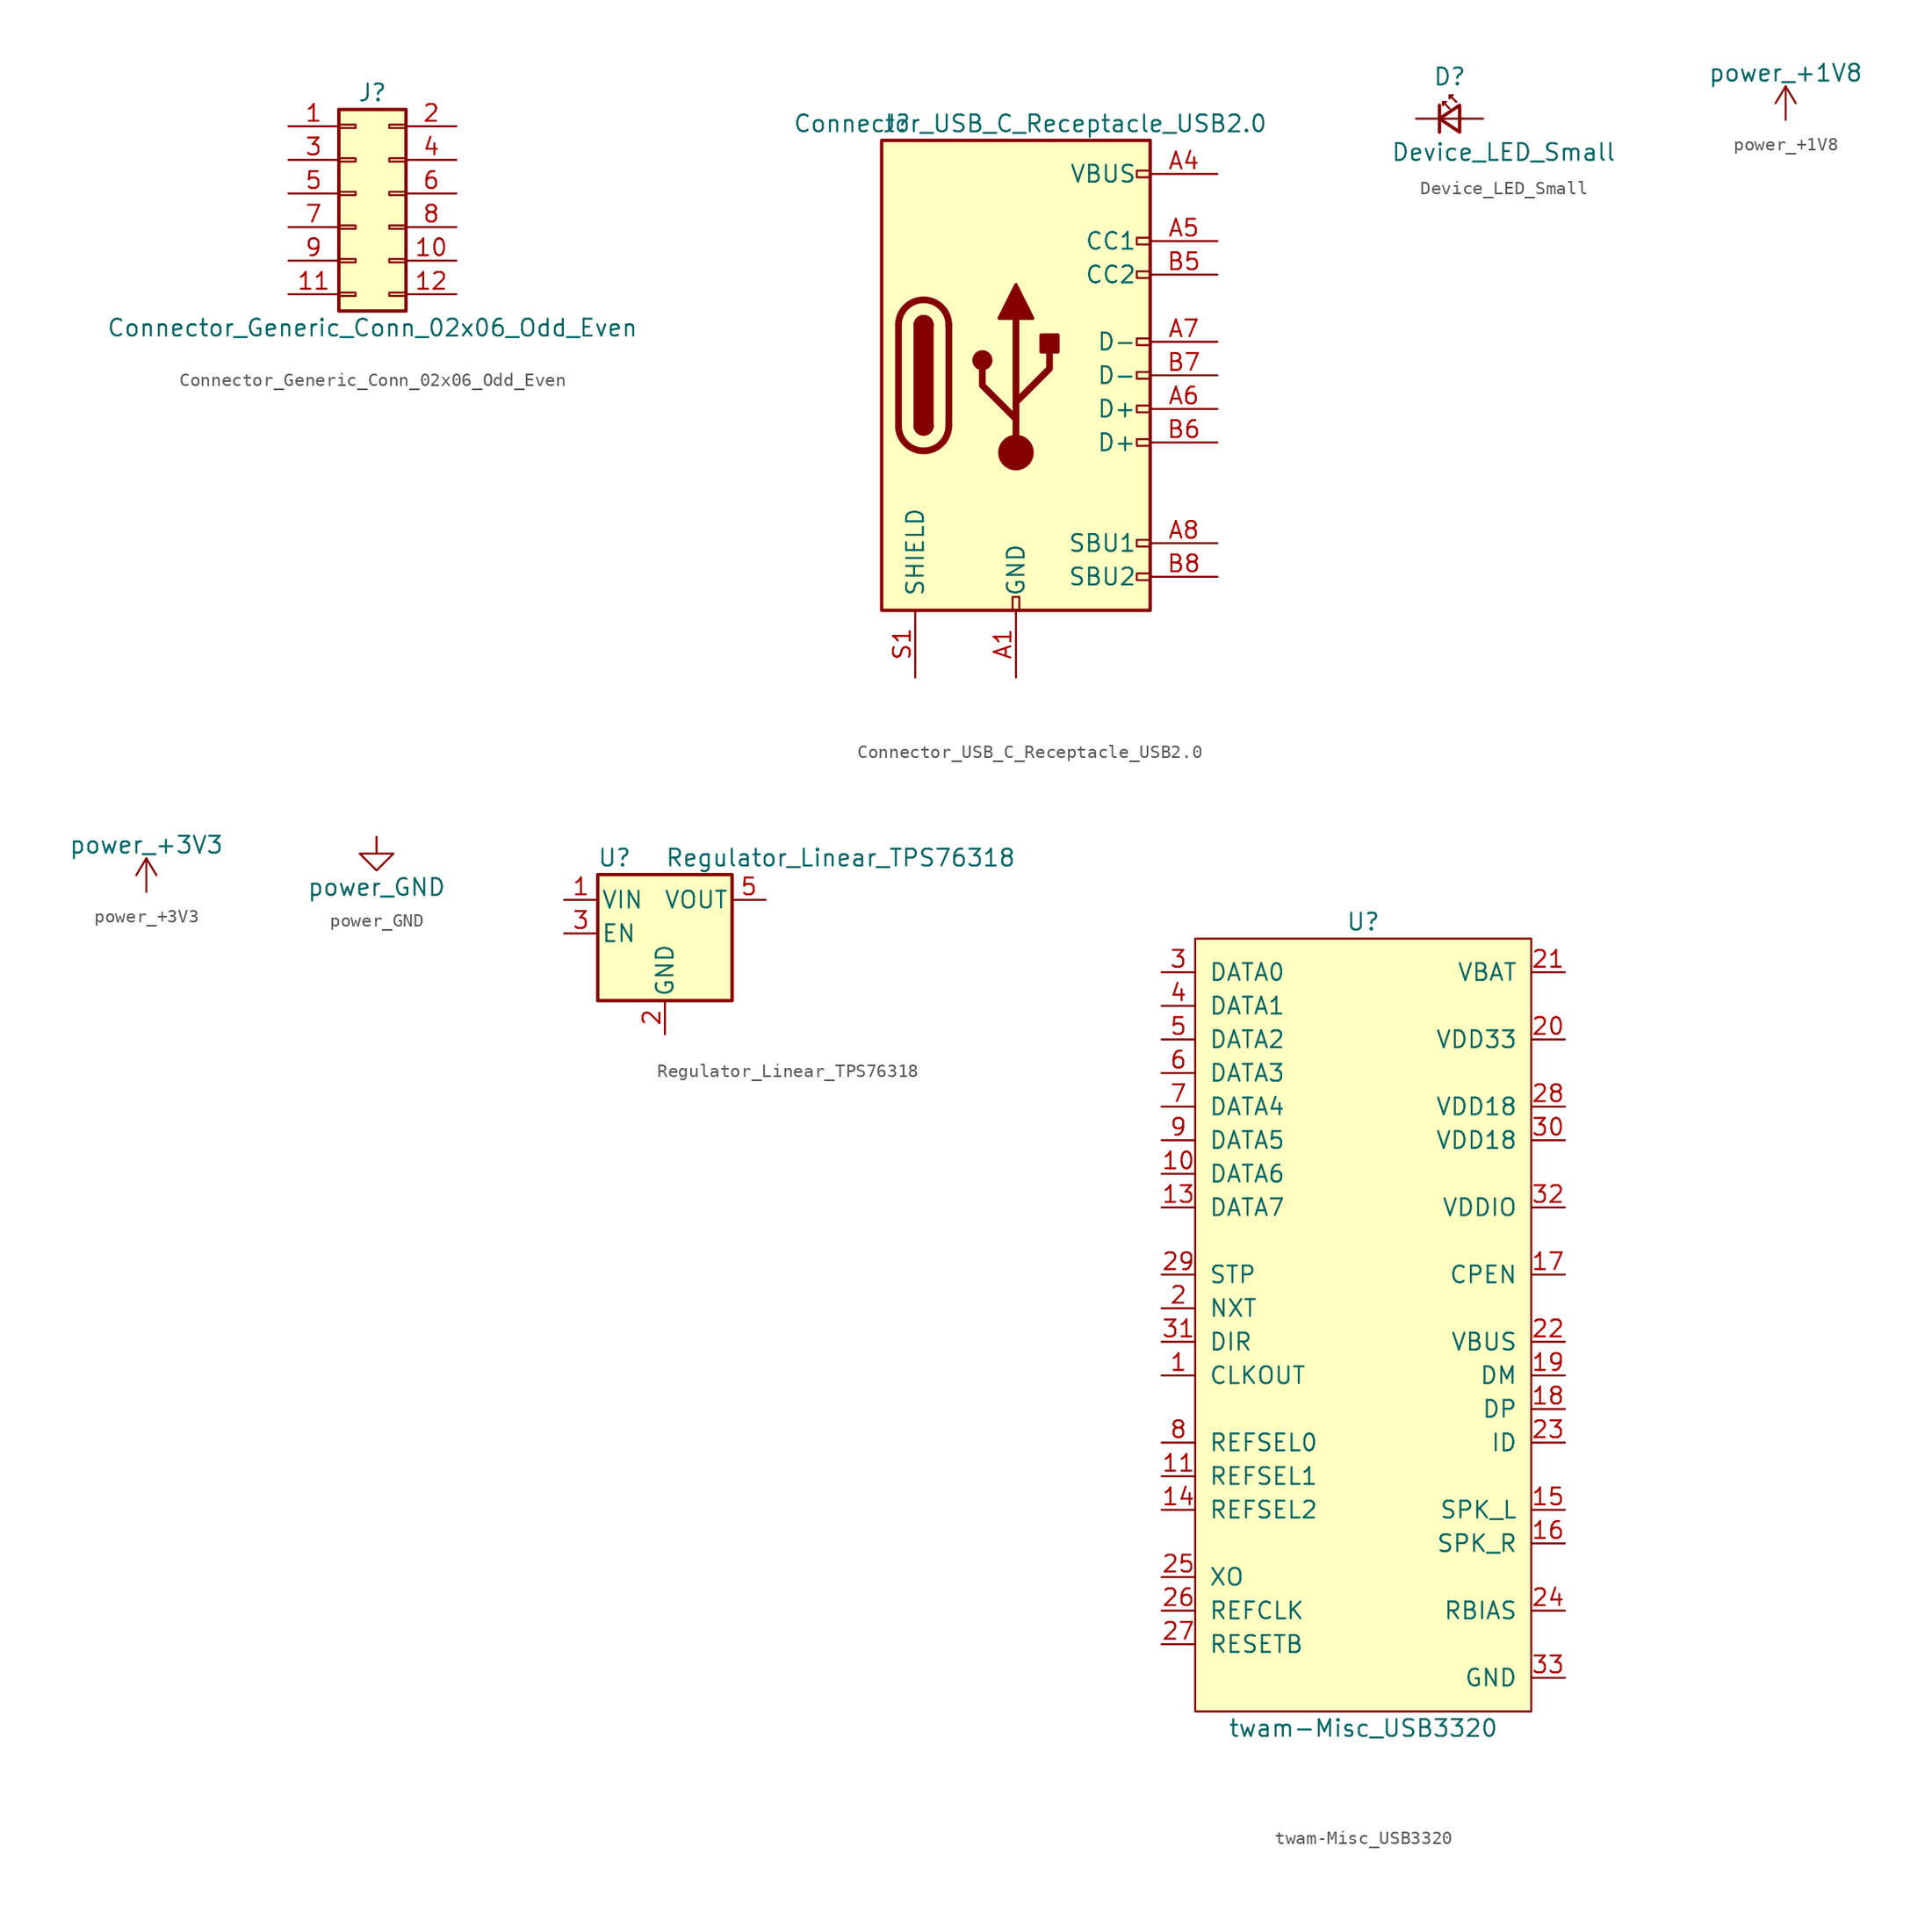
<source format=kicad_sym>
(kicad_symbol_lib
  (version 20210619)
  (generator kicad_symbol_editor)
  (symbol "usb_ulpi:Connector_Generic_Conn_02x06_Odd_Even"
    (pin_names
      (offset 1.016) hide)
    (property "Reference" "J"
      (at 1.27 7.62 0)
      (effects (font (size 1.27 1.27))))
    (property "Value" "Connector_Generic_Conn_02x06_Odd_Even"
      (at 1.27 -10.16 0)
      (effects (font (size 1.27 1.27))))
    (symbol "Connector_Generic_Conn_02x06_Odd_Even_1_1"
      (rectangle (start -1.27 -7.493) (end 0 -7.747) (stroke (width 0.152)) (fill (type none)))
      (rectangle (start -1.27 -4.953) (end 0 -5.207) (stroke (width 0.152)) (fill (type none)))
      (rectangle (start -1.27 -2.413) (end 0 -2.667) (stroke (width 0.152)) (fill (type none)))
      (rectangle (start -1.27 0.127) (end 0 -0.127) (stroke (width 0.152)) (fill (type none)))
      (rectangle (start -1.27 2.667) (end 0 2.413) (stroke (width 0.152)) (fill (type none)))
      (rectangle (start -1.27 5.207) (end 0 4.953) (stroke (width 0.152)) (fill (type none)))
      (rectangle (start 3.81 -7.493) (end 2.54 -7.747) (stroke (width 0.152)) (fill (type none)))
      (rectangle (start 3.81 -4.953) (end 2.54 -5.207) (stroke (width 0.152)) (fill (type none)))
      (rectangle (start 3.81 -2.413) (end 2.54 -2.667) (stroke (width 0.152)) (fill (type none)))
      (rectangle (start 3.81 0.127) (end 2.54 -0.127) (stroke (width 0.152)) (fill (type none)))
      (rectangle (start 3.81 2.667) (end 2.54 2.413) (stroke (width 0.152)) (fill (type none)))
      (rectangle (start 3.81 5.207) (end 2.54 4.953) (stroke (width 0.152)) (fill (type none)))
      (rectangle (start -1.27 6.35) (end 3.81 -8.89) (stroke (width 0.254)) (fill (type background)))
      (pin passive line (at -5.08 5.08 0) (length 3.81) (name "Pin_1" (effects (font (size 1.27 1.27)))) (number "1" (effects (font (size 1.27 1.27)))))
      (pin passive line (at 7.62 -5.08 180) (length 3.81) (name "Pin_10" (effects (font (size 1.27 1.27)))) (number "10" (effects (font (size 1.27 1.27)))))
      (pin passive line (at -5.08 -7.62 0) (length 3.81) (name "Pin_11" (effects (font (size 1.27 1.27)))) (number "11" (effects (font (size 1.27 1.27)))))
      (pin passive line (at 7.62 -7.62 180) (length 3.81) (name "Pin_12" (effects (font (size 1.27 1.27)))) (number "12" (effects (font (size 1.27 1.27)))))
      (pin passive line (at 7.62 5.08 180) (length 3.81) (name "Pin_2" (effects (font (size 1.27 1.27)))) (number "2" (effects (font (size 1.27 1.27)))))
      (pin passive line (at -5.08 2.54 0) (length 3.81) (name "Pin_3" (effects (font (size 1.27 1.27)))) (number "3" (effects (font (size 1.27 1.27)))))
      (pin passive line (at 7.62 2.54 180) (length 3.81) (name "Pin_4" (effects (font (size 1.27 1.27)))) (number "4" (effects (font (size 1.27 1.27)))))
      (pin passive line (at -5.08 0 0) (length 3.81) (name "Pin_5" (effects (font (size 1.27 1.27)))) (number "5" (effects (font (size 1.27 1.27)))))
      (pin passive line (at 7.62 0 180) (length 3.81) (name "Pin_6" (effects (font (size 1.27 1.27)))) (number "6" (effects (font (size 1.27 1.27)))))
      (pin passive line (at -5.08 -2.54 0) (length 3.81) (name "Pin_7" (effects (font (size 1.27 1.27)))) (number "7" (effects (font (size 1.27 1.27)))))
      (pin passive line (at 7.62 -2.54 180) (length 3.81) (name "Pin_8" (effects (font (size 1.27 1.27)))) (number "8" (effects (font (size 1.27 1.27)))))
      (pin passive line (at -5.08 -5.08 0) (length 3.81) (name "Pin_9" (effects (font (size 1.27 1.27)))) (number "9" (effects (font (size 1.27 1.27)))))))
  (symbol "usb_ulpi:Connector_USB_C_Receptacle_USB2.0"
    (pin_names
      (offset 1.016))
    (property "Reference" "J"
      (at -10.16 19.05 0)
      (effects (font (size 1.27 1.27)) (justify left)))
    (property "Value" "Connector_USB_C_Receptacle_USB2.0"
      (at 19.05 19.05 0)
      (effects (font (size 1.27 1.27)) (justify right)))
    (symbol "Connector_USB_C_Receptacle_USB2.0_0_0"
      (rectangle (start -0.254 -17.78) (end 0.254 -16.764) (stroke (width 0)) (fill (type none)))
      (rectangle (start 10.16 -14.986) (end 9.144 -15.494) (stroke (width 0)) (fill (type none)))
      (rectangle (start 10.16 -12.446) (end 9.144 -12.954) (stroke (width 0)) (fill (type none)))
      (rectangle (start 10.16 -4.826) (end 9.144 -5.334) (stroke (width 0)) (fill (type none)))
      (rectangle (start 10.16 -2.286) (end 9.144 -2.794) (stroke (width 0)) (fill (type none)))
      (rectangle (start 10.16 0.254) (end 9.144 -0.254) (stroke (width 0)) (fill (type none)))
      (rectangle (start 10.16 2.794) (end 9.144 2.286) (stroke (width 0)) (fill (type none)))
      (rectangle (start 10.16 7.874) (end 9.144 7.366) (stroke (width 0)) (fill (type none)))
      (rectangle (start 10.16 10.414) (end 9.144 9.906) (stroke (width 0)) (fill (type none)))
      (rectangle (start 10.16 15.494) (end 9.144 14.986) (stroke (width 0)) (fill (type none))))
    (symbol "Connector_USB_C_Receptacle_USB2.0_0_1"
      (arc (start -8.89 -3.81) (end -5.08 -3.81) (radius (at -6.985 -3.81) (length 1.905) (angles -179.9 -0.1)) (stroke (width 0.508)) (fill (type none)))
      (arc (start -7.62 -3.81) (end -6.35 -3.81) (radius (at -6.985 -3.81) (length 0.635) (angles -179.9 -0.1)) (stroke (width 0.254)) (fill (type none)))
      (arc (start -6.35 3.81) (end -7.62 3.81) (radius (at -6.985 3.81) (length 0.635) (angles 0.1 179.9)) (stroke (width 0.254)) (fill (type none)))
      (arc (start -5.08 3.81) (end -8.89 3.81) (radius (at -6.985 3.81) (length 1.905) (angles 0.1 179.9)) (stroke (width 0.508)) (fill (type none)))
      (arc (start -7.62 -3.81) (end -6.35 -3.81) (radius (at -6.985 -3.81) (length 0.635) (angles -179.9 -0.1)) (stroke (width 0.254)) (fill (type outline)))
      (arc (start -6.35 3.81) (end -7.62 3.81) (radius (at -6.985 3.81) (length 0.635) (angles 0.1 179.9)) (stroke (width 0.254)) (fill (type outline)))
      (circle (center -2.54 1.143) (radius 0.635) (stroke (width 0.254)) (fill (type outline)))
      (circle (center 0 -5.842) (radius 1.27) (stroke (width 0)) (fill (type outline)))
      (rectangle (start -7.62 -3.81) (end -6.35 3.81) (stroke (width 0.254)) (fill (type outline)))
      (rectangle (start 1.905 1.778) (end 3.175 3.048) (stroke (width 0.254)) (fill (type outline)))
      (rectangle (start -10.16 17.78) (end 10.16 -17.78) (stroke (width 0.254)) (fill (type background)))
      (polyline (pts (xy -8.89 -3.81) (xy -8.89 3.81)) (stroke (width 0.508)) (fill (type none)))
      (polyline (pts (xy -5.08 3.81) (xy -5.08 -3.81)) (stroke (width 0.508)) (fill (type none)))
      (polyline (pts (xy 0 -5.842) (xy 0 4.318)) (stroke (width 0.508)) (fill (type none)))
      (polyline (pts (xy 0 -3.302) (xy -2.54 -0.762) (xy -2.54 0.508)) (stroke (width 0.508)) (fill (type none)))
      (polyline (pts (xy 0 -2.032) (xy 2.54 0.508) (xy 2.54 1.778)) (stroke (width 0.508)) (fill (type none)))
      (polyline (pts (xy -1.27 4.318) (xy 0 6.858) (xy 1.27 4.318) (xy -1.27 4.318)) (stroke (width 0.254)) (fill (type outline))))
    (symbol "Connector_USB_C_Receptacle_USB2.0_1_1"
      (pin passive line (at 0 -22.86 90) (length 5.08) (name "GND" (effects (font (size 1.27 1.27)))) (number "A1" (effects (font (size 1.27 1.27)))))
      (pin passive line (at 0 -22.86 90) (length 5.08) hide (name "GND" (effects (font (size 1.27 1.27)))) (number "A12" (effects (font (size 1.27 1.27)))))
      (pin passive line (at 15.24 15.24 180) (length 5.08) (name "VBUS" (effects (font (size 1.27 1.27)))) (number "A4" (effects (font (size 1.27 1.27)))))
      (pin bidirectional line (at 15.24 10.16 180) (length 5.08) (name "CC1" (effects (font (size 1.27 1.27)))) (number "A5" (effects (font (size 1.27 1.27)))))
      (pin bidirectional line (at 15.24 -2.54 180) (length 5.08) (name "D+" (effects (font (size 1.27 1.27)))) (number "A6" (effects (font (size 1.27 1.27)))))
      (pin bidirectional line (at 15.24 2.54 180) (length 5.08) (name "D-" (effects (font (size 1.27 1.27)))) (number "A7" (effects (font (size 1.27 1.27)))))
      (pin bidirectional line (at 15.24 -12.7 180) (length 5.08) (name "SBU1" (effects (font (size 1.27 1.27)))) (number "A8" (effects (font (size 1.27 1.27)))))
      (pin passive line (at 15.24 15.24 180) (length 5.08) hide (name "VBUS" (effects (font (size 1.27 1.27)))) (number "A9" (effects (font (size 1.27 1.27)))))
      (pin passive line (at 0 -22.86 90) (length 5.08) hide (name "GND" (effects (font (size 1.27 1.27)))) (number "B1" (effects (font (size 1.27 1.27)))))
      (pin passive line (at 0 -22.86 90) (length 5.08) hide (name "GND" (effects (font (size 1.27 1.27)))) (number "B12" (effects (font (size 1.27 1.27)))))
      (pin passive line (at 15.24 15.24 180) (length 5.08) hide (name "VBUS" (effects (font (size 1.27 1.27)))) (number "B4" (effects (font (size 1.27 1.27)))))
      (pin bidirectional line (at 15.24 7.62 180) (length 5.08) (name "CC2" (effects (font (size 1.27 1.27)))) (number "B5" (effects (font (size 1.27 1.27)))))
      (pin bidirectional line (at 15.24 -5.08 180) (length 5.08) (name "D+" (effects (font (size 1.27 1.27)))) (number "B6" (effects (font (size 1.27 1.27)))))
      (pin bidirectional line (at 15.24 0 180) (length 5.08) (name "D-" (effects (font (size 1.27 1.27)))) (number "B7" (effects (font (size 1.27 1.27)))))
      (pin bidirectional line (at 15.24 -15.24 180) (length 5.08) (name "SBU2" (effects (font (size 1.27 1.27)))) (number "B8" (effects (font (size 1.27 1.27)))))
      (pin passive line (at 15.24 15.24 180) (length 5.08) hide (name "VBUS" (effects (font (size 1.27 1.27)))) (number "B9" (effects (font (size 1.27 1.27)))))
      (pin passive line (at -7.62 -22.86 90) (length 5.08) (name "SHIELD" (effects (font (size 1.27 1.27)))) (number "S1" (effects (font (size 1.27 1.27)))))))
  (symbol "usb_ulpi:Device_LED_Small"
    (pin_numbers hide)
    (pin_names
      (offset 0.254) hide)
    (property "Reference" "D"
      (at -1.27 3.175 0)
      (effects (font (size 1.27 1.27)) (justify left)))
    (property "Value" "Device_LED_Small"
      (at -4.445 -2.54 0)
      (effects (font (size 1.27 1.27)) (justify left)))
    (symbol "Device_LED_Small_0_1"
      (polyline (pts (xy -0.762 -1.016) (xy -0.762 1.016)) (stroke (width 0.254)) (fill (type none)))
      (polyline (pts (xy 1.016 0) (xy -0.762 0)) (stroke (width 0)) (fill (type none)))
      (polyline (pts (xy 0.762 -1.016) (xy -0.762 0) (xy 0.762 1.016) (xy 0.762 -1.016)) (stroke (width 0.254)) (fill (type none)))
      (polyline (pts (xy 0 0.762) (xy -0.508 1.27) (xy -0.254 1.27) (xy -0.508 1.27) (xy -0.508 1.016)) (stroke (width 0)) (fill (type none)))
      (polyline (pts (xy 0.508 1.27) (xy 0 1.778) (xy 0.254 1.778) (xy 0 1.778) (xy 0 1.524)) (stroke (width 0)) (fill (type none))))
    (symbol "Device_LED_Small_1_1"
      (pin passive line (at -2.54 0 0) (length 1.778) (name "K" (effects (font (size 1.27 1.27)))) (number "1" (effects (font (size 1.27 1.27)))))
      (pin passive line (at 2.54 0 180) (length 1.778) (name "A" (effects (font (size 1.27 1.27)))) (number "2" (effects (font (size 1.27 1.27)))))))
  (symbol "usb_ulpi:power_+1V8"
    (power)
    (pin_names
      (offset 0))
    (property "Reference" "#PWR"
      (at 0 -3.81 0)
      (effects (font (size 1.27 1.27)) hide))
    (property "Value" "power_+1V8"
      (at 0 3.556 0)
      (effects (font (size 1.27 1.27))))
    (symbol "power_+1V8_0_1"
      (polyline (pts (xy -0.762 1.27) (xy 0 2.54)) (stroke (width 0)) (fill (type none)))
      (polyline (pts (xy 0 0) (xy 0 2.54)) (stroke (width 0)) (fill (type none)))
      (polyline (pts (xy 0 2.54) (xy 0.762 1.27)) (stroke (width 0)) (fill (type none))))
    (symbol "power_+1V8_1_1"
      (pin power_in line (at 0 0 90) (length 0) hide (name "+1V8" (effects (font (size 1.27 1.27)))) (number "1" (effects (font (size 1.27 1.27)))))))
  (symbol "usb_ulpi:power_+3V3"
    (power)
    (pin_names
      (offset 0))
    (property "Reference" "#PWR"
      (at 0 -3.81 0)
      (effects (font (size 1.27 1.27)) hide))
    (property "Value" "power_+3V3"
      (at 0 3.556 0)
      (effects (font (size 1.27 1.27))))
    (symbol "power_+3V3_0_1"
      (polyline (pts (xy -0.762 1.27) (xy 0 2.54)) (stroke (width 0)) (fill (type none)))
      (polyline (pts (xy 0 0) (xy 0 2.54)) (stroke (width 0)) (fill (type none)))
      (polyline (pts (xy 0 2.54) (xy 0.762 1.27)) (stroke (width 0)) (fill (type none))))
    (symbol "power_+3V3_1_1"
      (pin power_in line (at 0 0 90) (length 0) hide (name "+3V3" (effects (font (size 1.27 1.27)))) (number "1" (effects (font (size 1.27 1.27)))))))
  (symbol "usb_ulpi:power_GND"
    (power)
    (pin_names
      (offset 0))
    (property "Reference" "#PWR"
      (at 0 -6.35 0)
      (effects (font (size 1.27 1.27)) hide))
    (property "Value" "power_GND"
      (at 0 -3.81 0)
      (effects (font (size 1.27 1.27))))
    (symbol "power_GND_0_1"
      (polyline (pts (xy 0 0) (xy 0 -1.27) (xy 1.27 -1.27) (xy 0 -2.54) (xy -1.27 -1.27) (xy 0 -1.27)) (stroke (width 0)) (fill (type none))))
    (symbol "power_GND_1_1"
      (pin power_in line (at 0 0 270) (length 0) hide (name "GND" (effects (font (size 1.27 1.27)))) (number "1" (effects (font (size 1.27 1.27)))))))
  (symbol "usb_ulpi:Regulator_Linear_TPS76318"
    (pin_names
      (offset 0.254))
    (property "Reference" "U"
      (at -3.81 5.715 0)
      (effects (font (size 1.27 1.27))))
    (property "Value" "Regulator_Linear_TPS76318"
      (at 0 5.715 0)
      (effects (font (size 1.27 1.27)) (justify left)))
    (symbol "Regulator_Linear_TPS76318_0_1"
      (rectangle (start -5.08 4.445) (end 5.08 -5.08) (stroke (width 0.254)) (fill (type background))))
    (symbol "Regulator_Linear_TPS76318_1_1"
      (pin power_in line (at -7.62 2.54 0) (length 2.54) (name "VIN" (effects (font (size 1.27 1.27)))) (number "1" (effects (font (size 1.27 1.27)))))
      (pin power_in line (at 0 -7.62 90) (length 2.54) (name "GND" (effects (font (size 1.27 1.27)))) (number "2" (effects (font (size 1.27 1.27)))))
      (pin input line (at -7.62 0 0) (length 2.54) (name "EN" (effects (font (size 1.27 1.27)))) (number "3" (effects (font (size 1.27 1.27)))))
      (pin no_connect line (at 7.62 0 180) (length 2.54) hide (name "NC" (effects (font (size 1.27 1.27)))) (number "4" (effects (font (size 1.27 1.27)))))
      (pin power_out line (at 7.62 2.54 180) (length 2.54) (name "VOUT" (effects (font (size 1.27 1.27)))) (number "5" (effects (font (size 1.27 1.27)))))))
  (symbol "usb_ulpi:twam-Misc_USB3320"
    (pin_names
      (offset 1.016))
    (property "Reference" "U"
      (at 0 31.75 0)
      (effects (font (size 1.27 1.27))))
    (property "Value" "twam-Misc_USB3320"
      (at 0 -29.21 0)
      (effects (font (size 1.27 1.27))))
    (symbol "twam-Misc_USB3320_0_1"
      (rectangle (start -12.7 30.48) (end 12.7 -27.94) (stroke (width 0)) (fill (type background))))
    (symbol "twam-Misc_USB3320_1_1"
      (pin input line (at -15.24 -2.54 0) (length 2.54) (name "CLKOUT" (effects (font (size 1.27 1.27)))) (number "1" (effects (font (size 1.27 1.27)))))
      (pin bidirectional line (at -15.24 12.7 0) (length 2.54) (name "DATA6" (effects (font (size 1.27 1.27)))) (number "10" (effects (font (size 1.27 1.27)))))
      (pin input line (at -15.24 -10.16 0) (length 2.54) (name "REFSEL1" (effects (font (size 1.27 1.27)))) (number "11" (effects (font (size 1.27 1.27)))))
      (pin no_connect line (at -15.24 -25.4 0) (length 2.54) hide (name "~" (effects (font (size 1.27 1.27)))) (number "12" (effects (font (size 1.27 1.27)))))
      (pin bidirectional line (at -15.24 10.16 0) (length 2.54) (name "DATA7" (effects (font (size 1.27 1.27)))) (number "13" (effects (font (size 1.27 1.27)))))
      (pin input line (at -15.24 -12.7 0) (length 2.54) (name "REFSEL2" (effects (font (size 1.27 1.27)))) (number "14" (effects (font (size 1.27 1.27)))))
      (pin bidirectional line (at 15.24 -12.7 180) (length 2.54) (name "SPK_L" (effects (font (size 1.27 1.27)))) (number "15" (effects (font (size 1.27 1.27)))))
      (pin bidirectional line (at 15.24 -15.24 180) (length 2.54) (name "SPK_R" (effects (font (size 1.27 1.27)))) (number "16" (effects (font (size 1.27 1.27)))))
      (pin output line (at 15.24 5.08 180) (length 2.54) (name "CPEN" (effects (font (size 1.27 1.27)))) (number "17" (effects (font (size 1.27 1.27)))))
      (pin bidirectional line (at 15.24 -5.08 180) (length 2.54) (name "DP" (effects (font (size 1.27 1.27)))) (number "18" (effects (font (size 1.27 1.27)))))
      (pin bidirectional line (at 15.24 -2.54 180) (length 2.54) (name "DM" (effects (font (size 1.27 1.27)))) (number "19" (effects (font (size 1.27 1.27)))))
      (pin output line (at -15.24 2.54 0) (length 2.54) (name "NXT" (effects (font (size 1.27 1.27)))) (number "2" (effects (font (size 1.27 1.27)))))
      (pin power_in line (at 15.24 22.86 180) (length 2.54) (name "VDD33" (effects (font (size 1.27 1.27)))) (number "20" (effects (font (size 1.27 1.27)))))
      (pin power_in line (at 15.24 27.94 180) (length 2.54) (name "VBAT" (effects (font (size 1.27 1.27)))) (number "21" (effects (font (size 1.27 1.27)))))
      (pin input line (at 15.24 0 180) (length 2.54) (name "VBUS" (effects (font (size 1.27 1.27)))) (number "22" (effects (font (size 1.27 1.27)))))
      (pin input line (at 15.24 -7.62 180) (length 2.54) (name "ID" (effects (font (size 1.27 1.27)))) (number "23" (effects (font (size 1.27 1.27)))))
      (pin passive line (at 15.24 -20.32 180) (length 2.54) (name "RBIAS" (effects (font (size 1.27 1.27)))) (number "24" (effects (font (size 1.27 1.27)))))
      (pin output line (at -15.24 -17.78 0) (length 2.54) (name "XO" (effects (font (size 1.27 1.27)))) (number "25" (effects (font (size 1.27 1.27)))))
      (pin input line (at -15.24 -20.32 0) (length 2.54) (name "REFCLK" (effects (font (size 1.27 1.27)))) (number "26" (effects (font (size 1.27 1.27)))))
      (pin input line (at -15.24 -22.86 0) (length 2.54) (name "RESETB" (effects (font (size 1.27 1.27)))) (number "27" (effects (font (size 1.27 1.27)))))
      (pin power_in line (at 15.24 17.78 180) (length 2.54) (name "VDD18" (effects (font (size 1.27 1.27)))) (number "28" (effects (font (size 1.27 1.27)))))
      (pin input line (at -15.24 5.08 0) (length 2.54) (name "STP" (effects (font (size 1.27 1.27)))) (number "29" (effects (font (size 1.27 1.27)))))
      (pin bidirectional line (at -15.24 27.94 0) (length 2.54) (name "DATA0" (effects (font (size 1.27 1.27)))) (number "3" (effects (font (size 1.27 1.27)))))
      (pin power_in line (at 15.24 15.24 180) (length 2.54) (name "VDD18" (effects (font (size 1.27 1.27)))) (number "30" (effects (font (size 1.27 1.27)))))
      (pin output line (at -15.24 0 0) (length 2.54) (name "DIR" (effects (font (size 1.27 1.27)))) (number "31" (effects (font (size 1.27 1.27)))))
      (pin power_in line (at 15.24 10.16 180) (length 2.54) (name "VDDIO" (effects (font (size 1.27 1.27)))) (number "32" (effects (font (size 1.27 1.27)))))
      (pin power_in line (at 15.24 -25.4 180) (length 2.54) (name "GND" (effects (font (size 1.27 1.27)))) (number "33" (effects (font (size 1.27 1.27)))))
      (pin bidirectional line (at -15.24 25.4 0) (length 2.54) (name "DATA1" (effects (font (size 1.27 1.27)))) (number "4" (effects (font (size 1.27 1.27)))))
      (pin bidirectional line (at -15.24 22.86 0) (length 2.54) (name "DATA2" (effects (font (size 1.27 1.27)))) (number "5" (effects (font (size 1.27 1.27)))))
      (pin bidirectional line (at -15.24 20.32 0) (length 2.54) (name "DATA3" (effects (font (size 1.27 1.27)))) (number "6" (effects (font (size 1.27 1.27)))))
      (pin bidirectional line (at -15.24 17.78 0) (length 2.54) (name "DATA4" (effects (font (size 1.27 1.27)))) (number "7" (effects (font (size 1.27 1.27)))))
      (pin input line (at -15.24 -7.62 0) (length 2.54) (name "REFSEL0" (effects (font (size 1.27 1.27)))) (number "8" (effects (font (size 1.27 1.27)))))
      (pin bidirectional line (at -15.24 15.24 0) (length 2.54) (name "DATA5" (effects (font (size 1.27 1.27)))) (number "9" (effects (font (size 1.27 1.27))))))))
</source>
